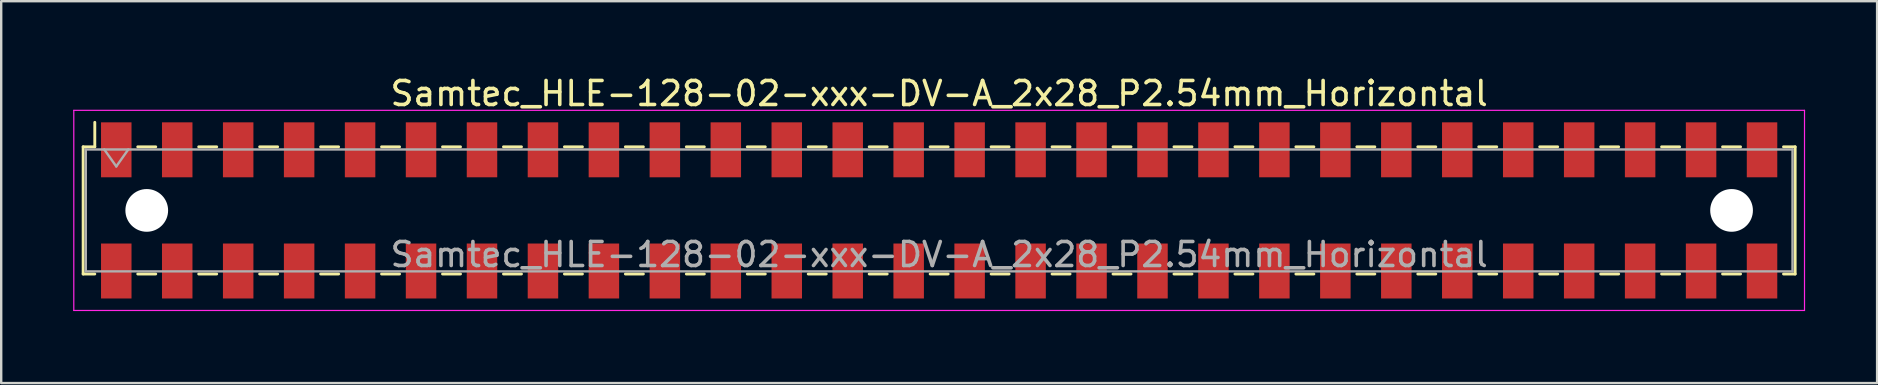
<source format=kicad_pcb>
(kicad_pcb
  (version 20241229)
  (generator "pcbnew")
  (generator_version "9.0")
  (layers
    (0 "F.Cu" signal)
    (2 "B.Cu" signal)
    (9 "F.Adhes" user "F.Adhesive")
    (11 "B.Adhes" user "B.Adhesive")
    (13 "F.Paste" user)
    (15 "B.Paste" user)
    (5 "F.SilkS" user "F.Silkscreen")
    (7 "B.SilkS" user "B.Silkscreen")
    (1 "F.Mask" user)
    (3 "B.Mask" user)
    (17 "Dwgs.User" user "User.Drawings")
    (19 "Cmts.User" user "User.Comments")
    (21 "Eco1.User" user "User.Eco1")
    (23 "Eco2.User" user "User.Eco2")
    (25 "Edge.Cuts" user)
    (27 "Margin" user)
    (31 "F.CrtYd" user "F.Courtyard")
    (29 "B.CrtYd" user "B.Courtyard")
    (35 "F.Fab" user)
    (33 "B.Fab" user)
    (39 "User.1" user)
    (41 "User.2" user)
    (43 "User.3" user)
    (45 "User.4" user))
  (footprint "Samtec_HLE-128-02-xxx-DV-A_2x28_P2.54mm_Horizontal"
    (layer "F.Cu")
    (at 36.085 5.718)
    (property "Reference" "Samtec_HLE-128-02-xxx-DV-A_2x28_P2.54mm_Horizontal" (at 0 -4.87 0) (layer "F.SilkS") (effects (font (size 1 1) (thickness 0.15))))
    (attr smd)
    (fp_line (start -35.67 -2.65) (end -35.67 2.65) (stroke (width 0.12) (type solid)) (layer "F.SilkS"))
    (fp_line (start -35.67 2.65) (end -35.185 2.65) (stroke (width 0.12) (type solid)) (layer "F.SilkS"))
    (fp_line (start -35.185 -3.67) (end -35.185 -2.65) (stroke (width 0.12) (type solid)) (layer "F.SilkS"))
    (fp_line (start -35.185 -2.65) (end -35.67 -2.65) (stroke (width 0.12) (type solid)) (layer "F.SilkS"))
    (fp_line (start -33.395 -2.65) (end -32.645 -2.65) (stroke (width 0.12) (type solid)) (layer "F.SilkS"))
    (fp_line (start -33.395 2.65) (end -32.645 2.65) (stroke (width 0.12) (type solid)) (layer "F.SilkS"))
    (fp_line (start -30.855 -2.65) (end -30.105 -2.65) (stroke (width 0.12) (type solid)) (layer "F.SilkS"))
    (fp_line (start -30.855 2.65) (end -30.105 2.65) (stroke (width 0.12) (type solid)) (layer "F.SilkS"))
    (fp_line (start -28.315 -2.65) (end -27.565 -2.65) (stroke (width 0.12) (type solid)) (layer "F.SilkS"))
    (fp_line (start -28.315 2.65) (end -27.565 2.65) (stroke (width 0.12) (type solid)) (layer "F.SilkS"))
    (fp_line (start -25.775 -2.65) (end -25.025 -2.65) (stroke (width 0.12) (type solid)) (layer "F.SilkS"))
    (fp_line (start -25.775 2.65) (end -25.025 2.65) (stroke (width 0.12) (type solid)) (layer "F.SilkS"))
    (fp_line (start -23.235 -2.65) (end -22.485 -2.65) (stroke (width 0.12) (type solid)) (layer "F.SilkS"))
    (fp_line (start -23.235 2.65) (end -22.485 2.65) (stroke (width 0.12) (type solid)) (layer "F.SilkS"))
    (fp_line (start -20.695 -2.65) (end -19.945 -2.65) (stroke (width 0.12) (type solid)) (layer "F.SilkS"))
    (fp_line (start -20.695 2.65) (end -19.945 2.65) (stroke (width 0.12) (type solid)) (layer "F.SilkS"))
    (fp_line (start -18.155 -2.65) (end -17.405 -2.65) (stroke (width 0.12) (type solid)) (layer "F.SilkS"))
    (fp_line (start -18.155 2.65) (end -17.405 2.65) (stroke (width 0.12) (type solid)) (layer "F.SilkS"))
    (fp_line (start -15.615 -2.65) (end -14.865 -2.65) (stroke (width 0.12) (type solid)) (layer "F.SilkS"))
    (fp_line (start -15.615 2.65) (end -14.865 2.65) (stroke (width 0.12) (type solid)) (layer "F.SilkS"))
    (fp_line (start -13.075 -2.65) (end -12.325 -2.65) (stroke (width 0.12) (type solid)) (layer "F.SilkS"))
    (fp_line (start -13.075 2.65) (end -12.325 2.65) (stroke (width 0.12) (type solid)) (layer "F.SilkS"))
    (fp_line (start -10.535 -2.65) (end -9.785 -2.65) (stroke (width 0.12) (type solid)) (layer "F.SilkS"))
    (fp_line (start -10.535 2.65) (end -9.785 2.65) (stroke (width 0.12) (type solid)) (layer "F.SilkS"))
    (fp_line (start -7.995 -2.65) (end -7.245 -2.65) (stroke (width 0.12) (type solid)) (layer "F.SilkS"))
    (fp_line (start -7.995 2.65) (end -7.245 2.65) (stroke (width 0.12) (type solid)) (layer "F.SilkS"))
    (fp_line (start -5.455 -2.65) (end -4.705 -2.65) (stroke (width 0.12) (type solid)) (layer "F.SilkS"))
    (fp_line (start -5.455 2.65) (end -4.705 2.65) (stroke (width 0.12) (type solid)) (layer "F.SilkS"))
    (fp_line (start -2.915 -2.65) (end -2.165 -2.65) (stroke (width 0.12) (type solid)) (layer "F.SilkS"))
    (fp_line (start -2.915 2.65) (end -2.165 2.65) (stroke (width 0.12) (type solid)) (layer "F.SilkS"))
    (fp_line (start -0.375 -2.65) (end 0.375 -2.65) (stroke (width 0.12) (type solid)) (layer "F.SilkS"))
    (fp_line (start -0.375 2.65) (end 0.375 2.65) (stroke (width 0.12) (type solid)) (layer "F.SilkS"))
    (fp_line (start 2.165 -2.65) (end 2.915 -2.65) (stroke (width 0.12) (type solid)) (layer "F.SilkS"))
    (fp_line (start 2.165 2.65) (end 2.915 2.65) (stroke (width 0.12) (type solid)) (layer "F.SilkS"))
    (fp_line (start 4.705 -2.65) (end 5.455 -2.65) (stroke (width 0.12) (type solid)) (layer "F.SilkS"))
    (fp_line (start 4.705 2.65) (end 5.455 2.65) (stroke (width 0.12) (type solid)) (layer "F.SilkS"))
    (fp_line (start 7.245 -2.65) (end 7.995 -2.65) (stroke (width 0.12) (type solid)) (layer "F.SilkS"))
    (fp_line (start 7.245 2.65) (end 7.995 2.65) (stroke (width 0.12) (type solid)) (layer "F.SilkS"))
    (fp_line (start 9.785 -2.65) (end 10.535 -2.65) (stroke (width 0.12) (type solid)) (layer "F.SilkS"))
    (fp_line (start 9.785 2.65) (end 10.535 2.65) (stroke (width 0.12) (type solid)) (layer "F.SilkS"))
    (fp_line (start 12.325 -2.65) (end 13.075 -2.65) (stroke (width 0.12) (type solid)) (layer "F.SilkS"))
    (fp_line (start 12.325 2.65) (end 13.075 2.65) (stroke (width 0.12) (type solid)) (layer "F.SilkS"))
    (fp_line (start 14.865 -2.65) (end 15.615 -2.65) (stroke (width 0.12) (type solid)) (layer "F.SilkS"))
    (fp_line (start 14.865 2.65) (end 15.615 2.65) (stroke (width 0.12) (type solid)) (layer "F.SilkS"))
    (fp_line (start 17.405 -2.65) (end 18.155 -2.65) (stroke (width 0.12) (type solid)) (layer "F.SilkS"))
    (fp_line (start 17.405 2.65) (end 18.155 2.65) (stroke (width 0.12) (type solid)) (layer "F.SilkS"))
    (fp_line (start 19.945 -2.65) (end 20.695 -2.65) (stroke (width 0.12) (type solid)) (layer "F.SilkS"))
    (fp_line (start 19.945 2.65) (end 20.695 2.65) (stroke (width 0.12) (type solid)) (layer "F.SilkS"))
    (fp_line (start 22.485 -2.65) (end 23.235 -2.65) (stroke (width 0.12) (type solid)) (layer "F.SilkS"))
    (fp_line (start 22.485 2.65) (end 23.235 2.65) (stroke (width 0.12) (type solid)) (layer "F.SilkS"))
    (fp_line (start 25.025 -2.65) (end 25.775 -2.65) (stroke (width 0.12) (type solid)) (layer "F.SilkS"))
    (fp_line (start 25.025 2.65) (end 25.775 2.65) (stroke (width 0.12) (type solid)) (layer "F.SilkS"))
    (fp_line (start 27.565 -2.65) (end 28.315 -2.65) (stroke (width 0.12) (type solid)) (layer "F.SilkS"))
    (fp_line (start 27.565 2.65) (end 28.315 2.65) (stroke (width 0.12) (type solid)) (layer "F.SilkS"))
    (fp_line (start 30.105 -2.65) (end 30.855 -2.65) (stroke (width 0.12) (type solid)) (layer "F.SilkS"))
    (fp_line (start 30.105 2.65) (end 30.855 2.65) (stroke (width 0.12) (type solid)) (layer "F.SilkS"))
    (fp_line (start 32.645 -2.65) (end 33.395 -2.65) (stroke (width 0.12) (type solid)) (layer "F.SilkS"))
    (fp_line (start 32.645 2.65) (end 33.395 2.65) (stroke (width 0.12) (type solid)) (layer "F.SilkS"))
    (fp_line (start 35.185 -2.65) (end 35.67 -2.65) (stroke (width 0.12) (type solid)) (layer "F.SilkS"))
    (fp_line (start 35.67 -2.65) (end 35.67 2.65) (stroke (width 0.12) (type solid)) (layer "F.SilkS"))
    (fp_line (start 35.67 2.65) (end 35.185 2.65) (stroke (width 0.12) (type solid)) (layer "F.SilkS"))
    (fp_line (start -36.06 -4.17) (end 36.06 -4.17) (stroke (width 0.05) (type solid)) (layer "F.CrtYd"))
    (fp_line (start -36.06 4.17) (end -36.06 -4.17) (stroke (width 0.05) (type solid)) (layer "F.CrtYd"))
    (fp_line (start 36.06 -4.17) (end 36.06 4.17) (stroke (width 0.05) (type solid)) (layer "F.CrtYd"))
    (fp_line (start 36.06 4.17) (end -36.06 4.17) (stroke (width 0.05) (type solid)) (layer "F.CrtYd"))
    (fp_line (start -35.56 -2.54) (end 35.56 -2.54) (stroke (width 0.1) (type solid)) (layer "F.Fab"))
    (fp_line (start -35.56 2.54) (end -35.56 -2.54) (stroke (width 0.1) (type solid)) (layer "F.Fab"))
    (fp_line (start -34.79 -2.54) (end -34.29 -1.833) (stroke (width 0.1) (type solid)) (layer "F.Fab"))
    (fp_line (start -34.29 -1.833) (end -33.79 -2.54) (stroke (width 0.1) (type solid)) (layer "F.Fab"))
    (fp_line (start 35.56 -2.54) (end 35.56 2.54) (stroke (width 0.1) (type solid)) (layer "F.Fab"))
    (fp_line (start 35.56 2.54) (end -35.56 2.54) (stroke (width 0.1) (type solid)) (layer "F.Fab"))
    (fp_text user "${REFERENCE}" (at 0 1.84 0) (layer "F.Fab") (effects (font (size 1 1) (thickness 0.15))))
    (pad "" np_thru_hole circle (at -33.02 0) (size 1.78 1.78) (drill 1.78) (layers "*.Cu" "*.Mask"))
    (pad "" np_thru_hole circle (at 33.02 0) (size 1.78 1.78) (drill 1.78) (layers "*.Cu" "*.Mask"))
    (pad "1" smd rect (at -34.29 -2.525) (size 1.27 2.29) (layers "F.Cu" "F.Mask" "F.Paste"))
    (pad "2" smd rect (at -34.29 2.525) (size 1.27 2.29) (layers "F.Cu" "F.Mask" "F.Paste"))
    (pad "3" smd rect (at -31.75 -2.525) (size 1.27 2.29) (layers "F.Cu" "F.Mask" "F.Paste"))
    (pad "4" smd rect (at -31.75 2.525) (size 1.27 2.29) (layers "F.Cu" "F.Mask" "F.Paste"))
    (pad "5" smd rect (at -29.21 -2.525) (size 1.27 2.29) (layers "F.Cu" "F.Mask" "F.Paste"))
    (pad "6" smd rect (at -29.21 2.525) (size 1.27 2.29) (layers "F.Cu" "F.Mask" "F.Paste"))
    (pad "7" smd rect (at -26.67 -2.525) (size 1.27 2.29) (layers "F.Cu" "F.Mask" "F.Paste"))
    (pad "8" smd rect (at -26.67 2.525) (size 1.27 2.29) (layers "F.Cu" "F.Mask" "F.Paste"))
    (pad "9" smd rect (at -24.13 -2.525) (size 1.27 2.29) (layers "F.Cu" "F.Mask" "F.Paste"))
    (pad "10" smd rect (at -24.13 2.525) (size 1.27 2.29) (layers "F.Cu" "F.Mask" "F.Paste"))
    (pad "11" smd rect (at -21.59 -2.525) (size 1.27 2.29) (layers "F.Cu" "F.Mask" "F.Paste"))
    (pad "12" smd rect (at -21.59 2.525) (size 1.27 2.29) (layers "F.Cu" "F.Mask" "F.Paste"))
    (pad "13" smd rect (at -19.05 -2.525) (size 1.27 2.29) (layers "F.Cu" "F.Mask" "F.Paste"))
    (pad "14" smd rect (at -19.05 2.525) (size 1.27 2.29) (layers "F.Cu" "F.Mask" "F.Paste"))
    (pad "15" smd rect (at -16.51 -2.525) (size 1.27 2.29) (layers "F.Cu" "F.Mask" "F.Paste"))
    (pad "16" smd rect (at -16.51 2.525) (size 1.27 2.29) (layers "F.Cu" "F.Mask" "F.Paste"))
    (pad "17" smd rect (at -13.97 -2.525) (size 1.27 2.29) (layers "F.Cu" "F.Mask" "F.Paste"))
    (pad "18" smd rect (at -13.97 2.525) (size 1.27 2.29) (layers "F.Cu" "F.Mask" "F.Paste"))
    (pad "19" smd rect (at -11.43 -2.525) (size 1.27 2.29) (layers "F.Cu" "F.Mask" "F.Paste"))
    (pad "20" smd rect (at -11.43 2.525) (size 1.27 2.29) (layers "F.Cu" "F.Mask" "F.Paste"))
    (pad "21" smd rect (at -8.89 -2.525) (size 1.27 2.29) (layers "F.Cu" "F.Mask" "F.Paste"))
    (pad "22" smd rect (at -8.89 2.525) (size 1.27 2.29) (layers "F.Cu" "F.Mask" "F.Paste"))
    (pad "23" smd rect (at -6.35 -2.525) (size 1.27 2.29) (layers "F.Cu" "F.Mask" "F.Paste"))
    (pad "24" smd rect (at -6.35 2.525) (size 1.27 2.29) (layers "F.Cu" "F.Mask" "F.Paste"))
    (pad "25" smd rect (at -3.81 -2.525) (size 1.27 2.29) (layers "F.Cu" "F.Mask" "F.Paste"))
    (pad "26" smd rect (at -3.81 2.525) (size 1.27 2.29) (layers "F.Cu" "F.Mask" "F.Paste"))
    (pad "27" smd rect (at -1.27 -2.525) (size 1.27 2.29) (layers "F.Cu" "F.Mask" "F.Paste"))
    (pad "28" smd rect (at -1.27 2.525) (size 1.27 2.29) (layers "F.Cu" "F.Mask" "F.Paste"))
    (pad "29" smd rect (at 1.27 -2.525) (size 1.27 2.29) (layers "F.Cu" "F.Mask" "F.Paste"))
    (pad "30" smd rect (at 1.27 2.525) (size 1.27 2.29) (layers "F.Cu" "F.Mask" "F.Paste"))
    (pad "31" smd rect (at 3.81 -2.525) (size 1.27 2.29) (layers "F.Cu" "F.Mask" "F.Paste"))
    (pad "32" smd rect (at 3.81 2.525) (size 1.27 2.29) (layers "F.Cu" "F.Mask" "F.Paste"))
    (pad "33" smd rect (at 6.35 -2.525) (size 1.27 2.29) (layers "F.Cu" "F.Mask" "F.Paste"))
    (pad "34" smd rect (at 6.35 2.525) (size 1.27 2.29) (layers "F.Cu" "F.Mask" "F.Paste"))
    (pad "35" smd rect (at 8.89 -2.525) (size 1.27 2.29) (layers "F.Cu" "F.Mask" "F.Paste"))
    (pad "36" smd rect (at 8.89 2.525) (size 1.27 2.29) (layers "F.Cu" "F.Mask" "F.Paste"))
    (pad "37" smd rect (at 11.43 -2.525) (size 1.27 2.29) (layers "F.Cu" "F.Mask" "F.Paste"))
    (pad "38" smd rect (at 11.43 2.525) (size 1.27 2.29) (layers "F.Cu" "F.Mask" "F.Paste"))
    (pad "39" smd rect (at 13.97 -2.525) (size 1.27 2.29) (layers "F.Cu" "F.Mask" "F.Paste"))
    (pad "40" smd rect (at 13.97 2.525) (size 1.27 2.29) (layers "F.Cu" "F.Mask" "F.Paste"))
    (pad "41" smd rect (at 16.51 -2.525) (size 1.27 2.29) (layers "F.Cu" "F.Mask" "F.Paste"))
    (pad "42" smd rect (at 16.51 2.525) (size 1.27 2.29) (layers "F.Cu" "F.Mask" "F.Paste"))
    (pad "43" smd rect (at 19.05 -2.525) (size 1.27 2.29) (layers "F.Cu" "F.Mask" "F.Paste"))
    (pad "44" smd rect (at 19.05 2.525) (size 1.27 2.29) (layers "F.Cu" "F.Mask" "F.Paste"))
    (pad "45" smd rect (at 21.59 -2.525) (size 1.27 2.29) (layers "F.Cu" "F.Mask" "F.Paste"))
    (pad "46" smd rect (at 21.59 2.525) (size 1.27 2.29) (layers "F.Cu" "F.Mask" "F.Paste"))
    (pad "47" smd rect (at 24.13 -2.525) (size 1.27 2.29) (layers "F.Cu" "F.Mask" "F.Paste"))
    (pad "48" smd rect (at 24.13 2.525) (size 1.27 2.29) (layers "F.Cu" "F.Mask" "F.Paste"))
    (pad "49" smd rect (at 26.67 -2.525) (size 1.27 2.29) (layers "F.Cu" "F.Mask" "F.Paste"))
    (pad "50" smd rect (at 26.67 2.525) (size 1.27 2.29) (layers "F.Cu" "F.Mask" "F.Paste"))
    (pad "51" smd rect (at 29.21 -2.525) (size 1.27 2.29) (layers "F.Cu" "F.Mask" "F.Paste"))
    (pad "52" smd rect (at 29.21 2.525) (size 1.27 2.29) (layers "F.Cu" "F.Mask" "F.Paste"))
    (pad "53" smd rect (at 31.75 -2.525) (size 1.27 2.29) (layers "F.Cu" "F.Mask" "F.Paste"))
    (pad "54" smd rect (at 31.75 2.525) (size 1.27 2.29) (layers "F.Cu" "F.Mask" "F.Paste"))
    (pad "55" smd rect (at 34.29 -2.525) (size 1.27 2.29) (layers "F.Cu" "F.Mask" "F.Paste"))
    (pad "56" smd rect (at 34.29 2.525) (size 1.27 2.29) (layers "F.Cu" "F.Mask" "F.Paste")))
  (gr_rect
    (start -3 -3)
    (end 75.17 12.913)
    (stroke (width 0.1) (type default))
    (fill no)
    (layer "Edge.Cuts")))
</source>
